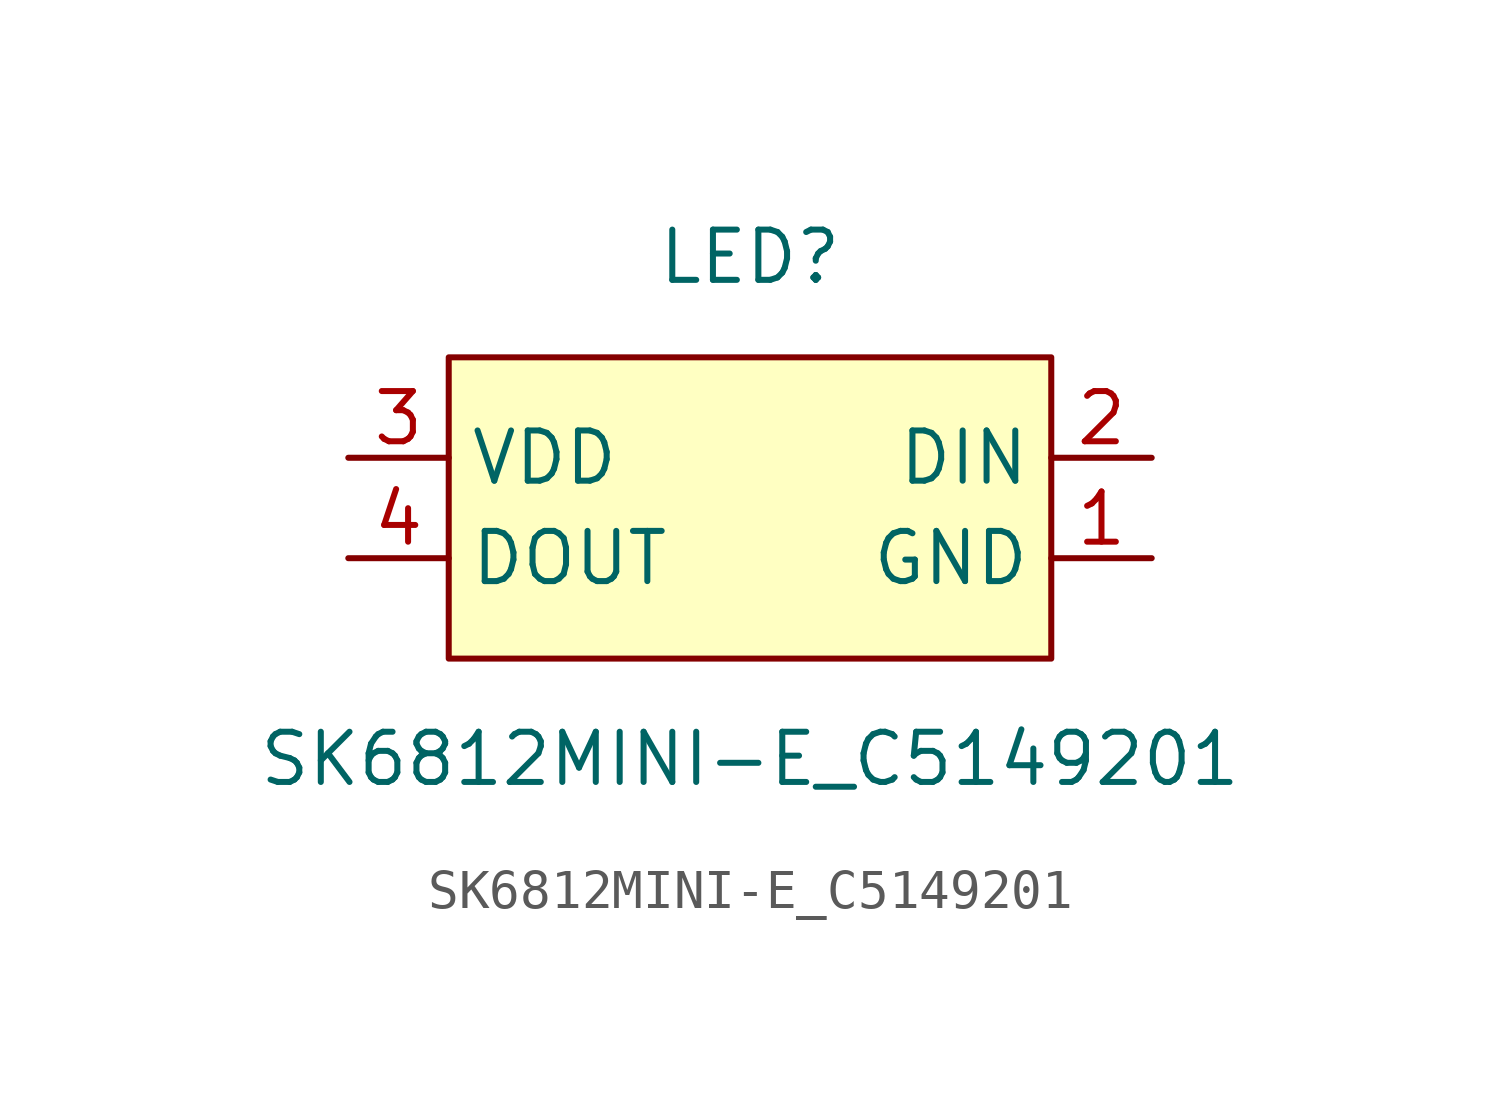
<source format=kicad_sym>
(kicad_symbol_lib
  (version 20231120)
  (generator "kicad_symbol_editor")
  (generator_version "8.0")
  (symbol "SK6812MINI-E_C5149201"
    (property "Reference" "LED"
      (at 0 6.35 0)
      (effects (font (size 1.27 1.27))))
    (property "Value" "SK6812MINI-E_C5149201"
      (at 0 -6.35 0)
      (effects (font (size 1.27 1.27))))
    (symbol "SK6812MINI-E_C5149201_0_1"
      (rectangle (start -7.62 3.81) (end 7.62 -3.81) (stroke (width 0) (type default)) (fill (type background)))
      (pin unspecified line (at 10.16 -1.27 180) (length 2.54) (name "GND" (effects (font (size 1.27 1.27)))) (number "1" (effects (font (size 1.27 1.27)))))
      (pin unspecified line (at 10.16 1.27 180) (length 2.54) (name "DIN" (effects (font (size 1.27 1.27)))) (number "2" (effects (font (size 1.27 1.27)))))
      (pin unspecified line (at -10.16 1.27 0) (length 2.54) (name "VDD" (effects (font (size 1.27 1.27)))) (number "3" (effects (font (size 1.27 1.27)))))
      (pin unspecified line (at -10.16 -1.27 0) (length 2.54) (name "DOUT" (effects (font (size 1.27 1.27)))) (number "4" (effects (font (size 1.27 1.27))))))))
</source>
